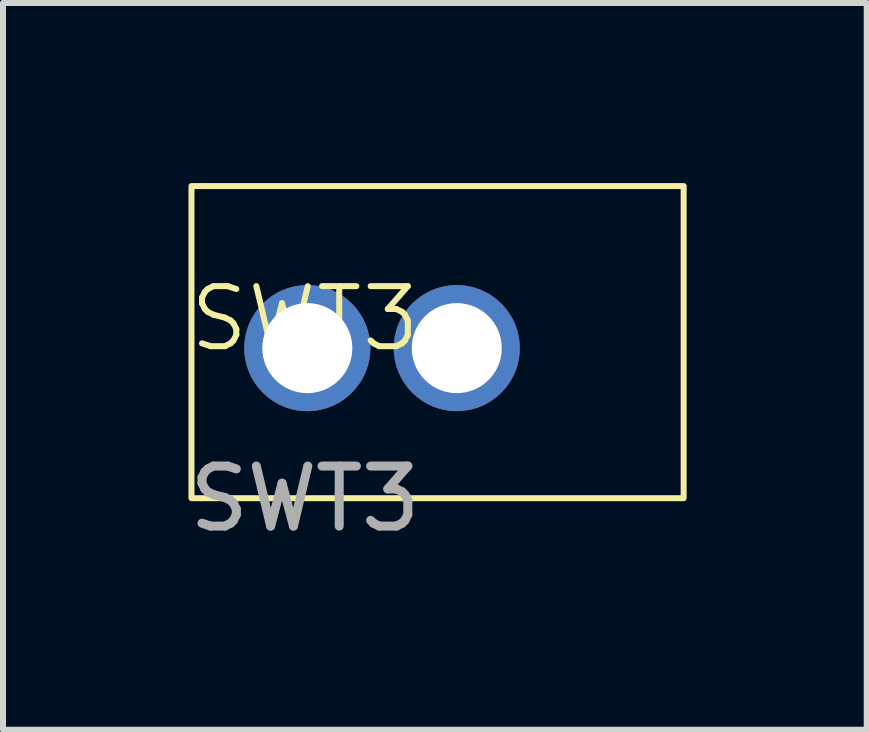
<source format=kicad_pcb>
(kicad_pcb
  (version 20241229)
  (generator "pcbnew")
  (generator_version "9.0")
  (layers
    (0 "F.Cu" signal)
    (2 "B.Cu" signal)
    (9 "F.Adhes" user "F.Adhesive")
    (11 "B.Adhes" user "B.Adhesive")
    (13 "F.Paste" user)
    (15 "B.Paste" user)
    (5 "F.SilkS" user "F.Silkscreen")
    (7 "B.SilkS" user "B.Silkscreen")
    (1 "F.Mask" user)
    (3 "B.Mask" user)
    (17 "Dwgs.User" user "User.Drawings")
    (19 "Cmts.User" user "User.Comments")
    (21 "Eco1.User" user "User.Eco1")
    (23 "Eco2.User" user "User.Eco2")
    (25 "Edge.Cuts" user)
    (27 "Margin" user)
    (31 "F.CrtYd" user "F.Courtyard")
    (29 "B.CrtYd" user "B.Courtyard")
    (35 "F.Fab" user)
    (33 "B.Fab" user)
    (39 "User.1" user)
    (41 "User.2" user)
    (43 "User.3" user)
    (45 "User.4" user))
  (footprint "SWT3"
    (layer "F.Cu")
    (at 2.03 2.76)
    (property "Reference" "SWT3" (at 0 -0.5 0) (unlocked yes) (layer "F.SilkS") (effects (font (size 1 1) (thickness 0.1))))
    (attr through_hole)
    (fp_rect (start -1.89 -2.71) (end 6.31 2.49) (stroke (width 0.1) (type default)) (fill no) (layer "F.SilkS"))
    (fp_text user "${REFERENCE}" (at 0 2.5 0) (unlocked yes) (layer "F.Fab") (effects (font (size 1 1) (thickness 0.15))))
    (pad "1" thru_hole circle (at 0.04 -0.01) (size 2.1 2.1) (drill 1.5) (layers "*.Cu" "*.Mask" "Eco1.User"))
    (pad "2" thru_hole circle (at 2.53 -0.01) (size 2.1 2.1) (drill 1.5) (layers "*.Cu" "*.Mask" "Eco1.User")))
  (gr_rect
    (start -3 -3)
    (end 11.39 9.108)
    (stroke (width 0.1) (type default))
    (fill no)
    (layer "Edge.Cuts")))
</source>
